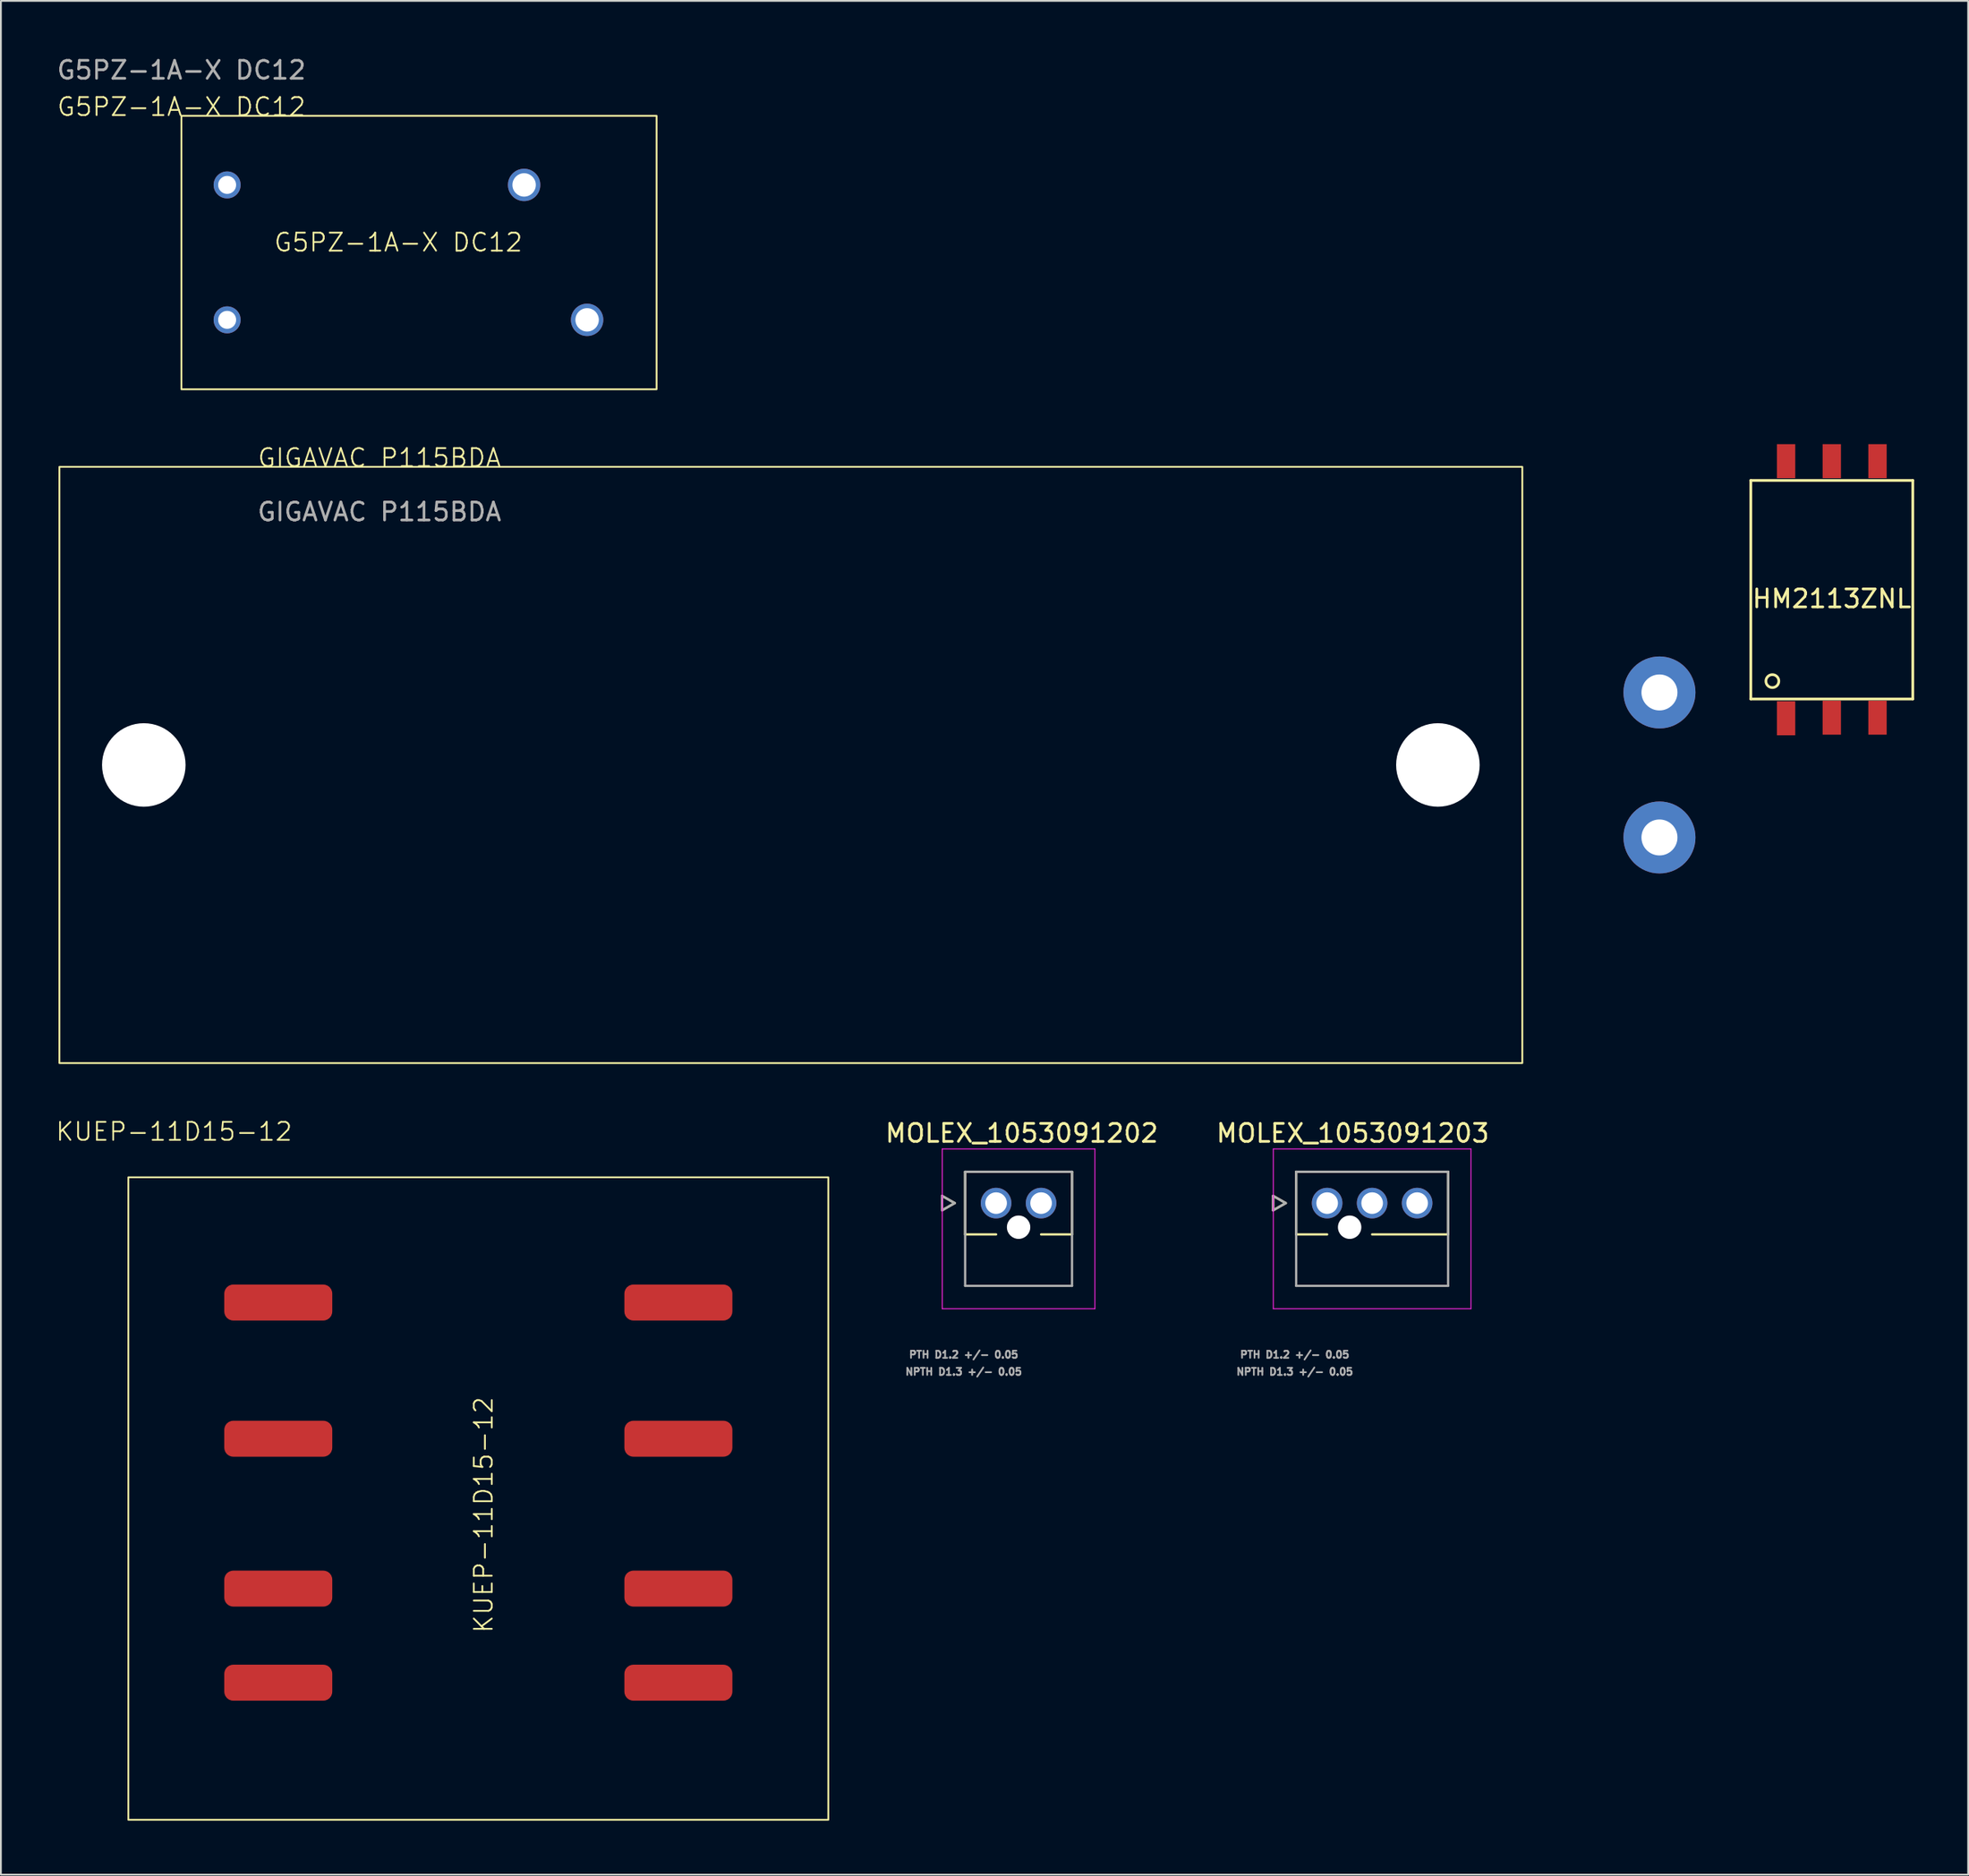
<source format=kicad_pcb>
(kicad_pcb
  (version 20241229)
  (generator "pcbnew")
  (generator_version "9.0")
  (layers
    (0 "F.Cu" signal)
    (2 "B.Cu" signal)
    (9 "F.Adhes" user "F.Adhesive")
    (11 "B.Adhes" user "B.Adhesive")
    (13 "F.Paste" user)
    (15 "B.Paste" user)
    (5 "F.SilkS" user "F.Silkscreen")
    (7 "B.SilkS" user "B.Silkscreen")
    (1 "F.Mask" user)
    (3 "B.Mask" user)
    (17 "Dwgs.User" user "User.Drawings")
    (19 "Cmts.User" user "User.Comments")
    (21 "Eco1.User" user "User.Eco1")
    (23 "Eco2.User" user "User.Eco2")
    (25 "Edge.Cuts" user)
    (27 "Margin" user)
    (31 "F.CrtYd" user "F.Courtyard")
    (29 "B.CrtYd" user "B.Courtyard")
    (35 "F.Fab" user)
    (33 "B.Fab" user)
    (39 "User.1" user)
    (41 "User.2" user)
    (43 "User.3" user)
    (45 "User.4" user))
  (footprint "MOLEX_1053091203"
    (layer "F.Cu")
    (at 70.686 63.822)
    (property "Reference" "MOLEX_1053091203" (at 1.425 -3.885 0) (layer "F.SilkS") (effects (font (size 1 1) (thickness 0.15))))
    (attr through_hole)
    (fp_circle (center 0 0) (end 0.463 0) (stroke (width 0.926) (type solid)) (fill no) (layer "F.Mask"))
    (fp_circle (center 1.25 1.34) (end 1.613 1.34) (stroke (width 0.726) (type solid)) (fill no) (layer "F.Mask"))
    (fp_circle (center 2.5 0) (end 2.963 0) (stroke (width 0.926) (type solid)) (fill no) (layer "F.Mask"))
    (fp_circle (center 5 0) (end 5.463 0) (stroke (width 0.926) (type solid)) (fill no) (layer "F.Mask"))
    (fp_circle (center 0 0) (end 0.463 0) (stroke (width 0.926) (type solid)) (fill no) (layer "B.Mask"))
    (fp_circle (center 1.25 1.34) (end 1.613 1.34) (stroke (width 0.726) (type solid)) (fill no) (layer "B.Mask"))
    (fp_circle (center 2.5 0) (end 2.963 0) (stroke (width 0.926) (type solid)) (fill no) (layer "B.Mask"))
    (fp_circle (center 5 0) (end 5.463 0) (stroke (width 0.926) (type solid)) (fill no) (layer "B.Mask"))
    (fp_line (start -3 -0.4) (end -3 0.4) (stroke (width 0.127) (type solid)) (layer "F.SilkS"))
    (fp_line (start -3 0.4) (end -2.3 0) (stroke (width 0.127) (type solid)) (layer "F.SilkS"))
    (fp_line (start -2.3 0) (end -3 -0.4) (stroke (width 0.127) (type solid)) (layer "F.SilkS"))
    (fp_line (start -1.72 -1.74) (end 6.72 -1.74) (stroke (width 0.127) (type solid)) (layer "F.SilkS"))
    (fp_line (start -1.72 1.74) (end -1.72 -1.74) (stroke (width 0.127) (type solid)) (layer "F.SilkS"))
    (fp_line (start 0 1.74) (end -1.72 1.74) (stroke (width 0.127) (type solid)) (layer "F.SilkS"))
    (fp_line (start 6.72 -1.74) (end 6.72 1.74) (stroke (width 0.127) (type solid)) (layer "F.SilkS"))
    (fp_line (start 6.72 1.74) (end 2.5 1.74) (stroke (width 0.127) (type solid)) (layer "F.SilkS"))
    (fp_line (start -2.99 -3.01) (end 7.99 -3.01) (stroke (width 0.05) (type solid)) (layer "F.CrtYd"))
    (fp_line (start -2.99 5.87) (end -2.99 -3.01) (stroke (width 0.05) (type solid)) (layer "F.CrtYd"))
    (fp_line (start -2.99 5.87) (end 7.99 5.87) (stroke (width 0.05) (type solid)) (layer "F.CrtYd"))
    (fp_line (start 7.99 -3.01) (end 7.99 5.87) (stroke (width 0.05) (type solid)) (layer "F.CrtYd"))
    (fp_line (start -3 -0.4) (end -3 0.4) (stroke (width 0.127) (type solid)) (layer "F.Fab"))
    (fp_line (start -3 0.4) (end -2.3 0) (stroke (width 0.127) (type solid)) (layer "F.Fab"))
    (fp_line (start -2.3 0) (end -3 -0.4) (stroke (width 0.127) (type solid)) (layer "F.Fab"))
    (fp_line (start -1.72 -1.74) (end 6.72 -1.74) (stroke (width 0.127) (type solid)) (layer "F.Fab"))
    (fp_line (start -1.72 4.6) (end -1.72 -1.74) (stroke (width 0.127) (type solid)) (layer "F.Fab"))
    (fp_line (start 6.72 -1.74) (end 6.72 4.6) (stroke (width 0.127) (type solid)) (layer "F.Fab"))
    (fp_line (start 6.72 4.6) (end -1.72 4.6) (stroke (width 0.127) (type solid)) (layer "F.Fab"))
    (fp_text user "PTH D1.2 +/- 0.05" (at -1.8 8.422 0) (layer "F.Fab") (effects (font (size 0.394 0.394) (thickness 0.15))))
    (fp_text user "NPTH D1.3 +/- 0.05" (at -1.8 9.372 0) (layer "F.Fab") (effects (font (size 0.394 0.394) (thickness 0.15))))
    (pad "" np_thru_hole circle (at 1.25 1.34) (size 1.3 1.3) (drill 1.3) (layers "*.Cu" "*.Mask"))
    (pad "1" thru_hole circle (at 0 0) (size 1.7 1.7) (drill 1.2) (layers "*.Cu"))
    (pad "2" thru_hole circle (at 2.5 0) (size 1.7 1.7) (drill 1.2) (layers "*.Cu"))
    (pad "3" thru_hole circle (at 5 0) (size 1.7 1.7) (drill 1.2) (layers "*.Cu")))
  (footprint "KUEP-11D15-12"
    (layer "F.Cu")
    (at 4.081 62.389)
    (property "Reference" "KUEP-11D15-12" (at 2.54 -2.54 0) (unlocked yes) (layer "F.SilkS") (effects (font (size 1 1) (thickness 0.1))))
    (attr through_hole)
    (fp_rect (start 38.89 35.71) (end 0 0) (stroke (width 0.1) (type default)) (fill no) (layer "F.SilkS"))
    (fp_text user "KUEP-11D15-12" (at 20.32 25.4 90) (unlocked yes) (layer "F.SilkS") (effects (font (size 1 1) (thickness 0.1)) (justify left bottom)))
    (pad "1" smd roundrect (at 8.33 6.96 180) (size 6 2) (layers "F.Cu" "F.Mask" "F.Paste") (roundrect_rratio 0.25))
    (pad "3" smd roundrect (at 30.56 6.96 180) (size 6 2) (layers "F.Cu" "F.Mask" "F.Paste") (roundrect_rratio 0.25))
    (pad "4" smd roundrect (at 8.33 14.53 180) (size 6 2) (layers "F.Cu" "F.Mask" "F.Paste") (roundrect_rratio 0.25))
    (pad "6" smd roundrect (at 30.56 14.53 180) (size 6 2) (layers "F.Cu" "F.Mask" "F.Paste") (roundrect_rratio 0.25))
    (pad "7" smd roundrect (at 8.33 22.86 180) (size 6 2) (layers "F.Cu" "F.Mask" "F.Paste") (roundrect_rratio 0.25))
    (pad "9" smd roundrect (at 30.56 22.86 180) (size 6 2) (layers "F.Cu" "F.Mask" "F.Paste") (roundrect_rratio 0.25))
    (pad "A" smd roundrect (at 8.33 28.09 180) (size 6 2) (layers "F.Cu" "F.Mask" "F.Paste") (roundrect_rratio 0.25))
    (pad "B" smd roundrect (at 30.56 28.09 180) (size 6 2) (layers "F.Cu" "F.Mask" "F.Paste") (roundrect_rratio 0.25)))
  (footprint "G5PZ-1A-X DC12"
    (layer "F.Cu")
    (at 7.03 3.388)
    (property "Reference" "G5PZ-1A-X DC12" (at 0 -0.5 0) (unlocked yes) (layer "F.SilkS") (effects (font (size 1 1) (thickness 0.1))))
    (attr through_hole)
    (fp_rect (start 0 0) (end 26.4 15.2) (stroke (width 0.1) (type default)) (fill no) (layer "F.SilkS"))
    (fp_text user "G5PZ-1A-X DC12" (at 5.08 7.62 0) (unlocked yes) (layer "F.SilkS") (effects (font (size 1 1) (thickness 0.1)) (justify left bottom)))
    (fp_text user "${REFERENCE}" (at 0 -2.54 0) (unlocked yes) (layer "F.Fab") (effects (font (size 1 1) (thickness 0.15))))
    (pad "1" thru_hole circle (at 2.54 11.34) (size 1.5 1.5) (drill 1) (layers "*.Cu" "*.Mask"))
    (pad "2" thru_hole circle (at 22.54 11.34) (size 1.8 1.8) (drill 1.3) (layers "*.Cu" "*.Mask"))
    (pad "3" thru_hole circle (at 19.04 3.84) (size 1.8 1.8) (drill 1.3) (layers "*.Cu" "*.Mask"))
    (pad "4" thru_hole circle (at 2.54 3.84) (size 1.5 1.5) (drill 1) (layers "*.Cu" "*.Mask")))
  (footprint "MOLEX_1053091202"
    (layer "F.Cu")
    (at 52.293 63.822)
    (property "Reference" "MOLEX_1053091202" (at 1.425 -3.885 0) (layer "F.SilkS") (effects (font (size 1 1) (thickness 0.15))))
    (attr through_hole)
    (fp_circle (center 0 0) (end 0.463 0) (stroke (width 0.926) (type solid)) (fill no) (layer "F.Mask"))
    (fp_circle (center 1.25 1.34) (end 1.613 1.34) (stroke (width 0.726) (type solid)) (fill no) (layer "F.Mask"))
    (fp_circle (center 2.5 0) (end 2.963 0) (stroke (width 0.926) (type solid)) (fill no) (layer "F.Mask"))
    (fp_circle (center 0 0) (end 0.463 0) (stroke (width 0.926) (type solid)) (fill no) (layer "B.Mask"))
    (fp_circle (center 1.25 1.34) (end 1.613 1.34) (stroke (width 0.726) (type solid)) (fill no) (layer "B.Mask"))
    (fp_circle (center 2.5 0) (end 2.963 0) (stroke (width 0.926) (type solid)) (fill no) (layer "B.Mask"))
    (fp_line (start -3 -0.4) (end -3 0.4) (stroke (width 0.127) (type solid)) (layer "F.SilkS"))
    (fp_line (start -3 0.4) (end -2.3 0) (stroke (width 0.127) (type solid)) (layer "F.SilkS"))
    (fp_line (start -2.3 0) (end -3 -0.4) (stroke (width 0.127) (type solid)) (layer "F.SilkS"))
    (fp_line (start -1.72 -1.74) (end 4.22 -1.74) (stroke (width 0.127) (type solid)) (layer "F.SilkS"))
    (fp_line (start -1.72 1.74) (end -1.72 -1.74) (stroke (width 0.127) (type solid)) (layer "F.SilkS"))
    (fp_line (start 0 1.74) (end -1.72 1.74) (stroke (width 0.127) (type solid)) (layer "F.SilkS"))
    (fp_line (start 4.22 -1.74) (end 4.22 1.74) (stroke (width 0.127) (type solid)) (layer "F.SilkS"))
    (fp_line (start 4.22 1.74) (end 2.5 1.74) (stroke (width 0.127) (type solid)) (layer "F.SilkS"))
    (fp_line (start -2.99 -3.01) (end 5.49 -3.01) (stroke (width 0.05) (type solid)) (layer "F.CrtYd"))
    (fp_line (start -2.99 5.87) (end -2.99 -3.01) (stroke (width 0.05) (type solid)) (layer "F.CrtYd"))
    (fp_line (start -2.99 5.87) (end 5.49 5.87) (stroke (width 0.05) (type solid)) (layer "F.CrtYd"))
    (fp_line (start 5.49 -3.01) (end 5.49 5.87) (stroke (width 0.05) (type solid)) (layer "F.CrtYd"))
    (fp_line (start -3 -0.4) (end -3 0.4) (stroke (width 0.127) (type solid)) (layer "F.Fab"))
    (fp_line (start -3 0.4) (end -2.3 0) (stroke (width 0.127) (type solid)) (layer "F.Fab"))
    (fp_line (start -2.3 0) (end -3 -0.4) (stroke (width 0.127) (type solid)) (layer "F.Fab"))
    (fp_line (start -1.72 -1.74) (end 4.22 -1.74) (stroke (width 0.127) (type solid)) (layer "F.Fab"))
    (fp_line (start -1.72 4.6) (end -1.72 -1.74) (stroke (width 0.127) (type solid)) (layer "F.Fab"))
    (fp_line (start 4.22 -1.74) (end 4.22 4.6) (stroke (width 0.127) (type solid)) (layer "F.Fab"))
    (fp_line (start 4.22 4.6) (end -1.72 4.6) (stroke (width 0.127) (type solid)) (layer "F.Fab"))
    (fp_text user "NPTH D1.3 +/- 0.05" (at -1.8 9.372 0) (layer "F.Fab") (effects (font (size 0.394 0.394) (thickness 0.15))))
    (fp_text user "PTH D1.2 +/- 0.05" (at -1.8 8.422 0) (layer "F.Fab") (effects (font (size 0.394 0.394) (thickness 0.15))))
    (pad "" np_thru_hole circle (at 1.25 1.34) (size 1.3 1.3) (drill 1.3) (layers "*.Cu" "*.Mask"))
    (pad "1" thru_hole circle (at 0 0) (size 1.7 1.7) (drill 1.2) (layers "*.Cu"))
    (pad "2" thru_hole circle (at 2.5 0) (size 1.7 1.7) (drill 1.2) (layers "*.Cu")))
  (footprint "HM2113ZNL"
    (layer "F.Cu")
    (at 98.725 29.728)
    (property "Reference" "HM2113ZNL" (at 0 0.5 0) (layer "F.SilkS") (effects (font (size 1 1) (thickness 0.15))))
    (attr through_hole)
    (fp_line (start -4.5 -6.075) (end 4.5 -6.075) (stroke (width 0.15) (type solid)) (layer "F.SilkS"))
    (fp_line (start -4.5 6.075) (end -4.5 -6.075) (stroke (width 0.15) (type solid)) (layer "F.SilkS"))
    (fp_line (start -4.5 6.075) (end 4.5 6.075) (stroke (width 0.15) (type solid)) (layer "F.SilkS"))
    (fp_line (start 4.5 6.075) (end 4.5 -6.075) (stroke (width 0.15) (type solid)) (layer "F.SilkS"))
    (fp_circle (center -3.302 5.08) (end -3.556 5.334) (stroke (width 0.15) (type solid)) (fill no) (layer "F.SilkS"))
    (pad "1" smd rect (at -2.54 7.145) (size 1.02 1.89) (layers "F.Cu" "F.Mask" "F.Paste"))
    (pad "2" smd rect (at 0 7.112) (size 1.02 1.89) (layers "F.Cu" "F.Mask" "F.Paste"))
    (pad "3" smd rect (at 2.54 7.112) (size 1.02 1.89) (layers "F.Cu" "F.Mask" "F.Paste"))
    (pad "4" smd rect (at 2.54 -7.145) (size 1.02 1.89) (layers "F.Cu" "F.Mask" "F.Paste"))
    (pad "5" smd rect (at 0 -7.145) (size 1.02 1.89) (layers "F.Cu" "F.Mask" "F.Paste"))
    (pad "6" smd rect (at -2.54 -7.145) (size 1.02 1.89) (layers "F.Cu" "F.Mask" "F.Paste")))
  (footprint "GIGAVAC P115BDA"
    (layer "F.Cu")
    (at 0.25 22.899)
    (property "Reference" "GIGAVAC P115BDA" (at 17.78 -0.5 0) (unlocked yes) (layer "F.SilkS") (effects (font (size 1 1) (thickness 0.1))))
    (attr through_hole)
    (fp_rect (start 0 0) (end 81.28 33.14) (stroke (width 0.1) (type default)) (fill no) (layer "F.SilkS"))
    (fp_text user "${REFERENCE}" (at 17.78 2.5 0) (unlocked yes) (layer "F.Fab") (effects (font (size 1 1) (thickness 0.15))))
    (pad "" np_thru_hole circle (at 4.69 16.57) (size 4.64 4.64) (drill 4.64) (layers "*.Cu" "*.Mask"))
    (pad "" np_thru_hole circle (at 76.59 16.57) (size 4.64 4.64) (drill 4.64) (layers "*.Cu" "*.Mask"))
    (pad "3" thru_hole circle (at 88.9 20.6) (size 4 4) (drill 2) (layers "*.Cu" "*.Mask"))
    (pad "4" thru_hole circle (at 88.9 12.54) (size 4 4) (drill 2) (layers "*.Cu" "*.Mask")))
  (gr_rect
    (start -3 -3)
    (end 106.3 101.149)
    (stroke (width 0.1) (type default))
    (fill no)
    (layer "Edge.Cuts")))
</source>
